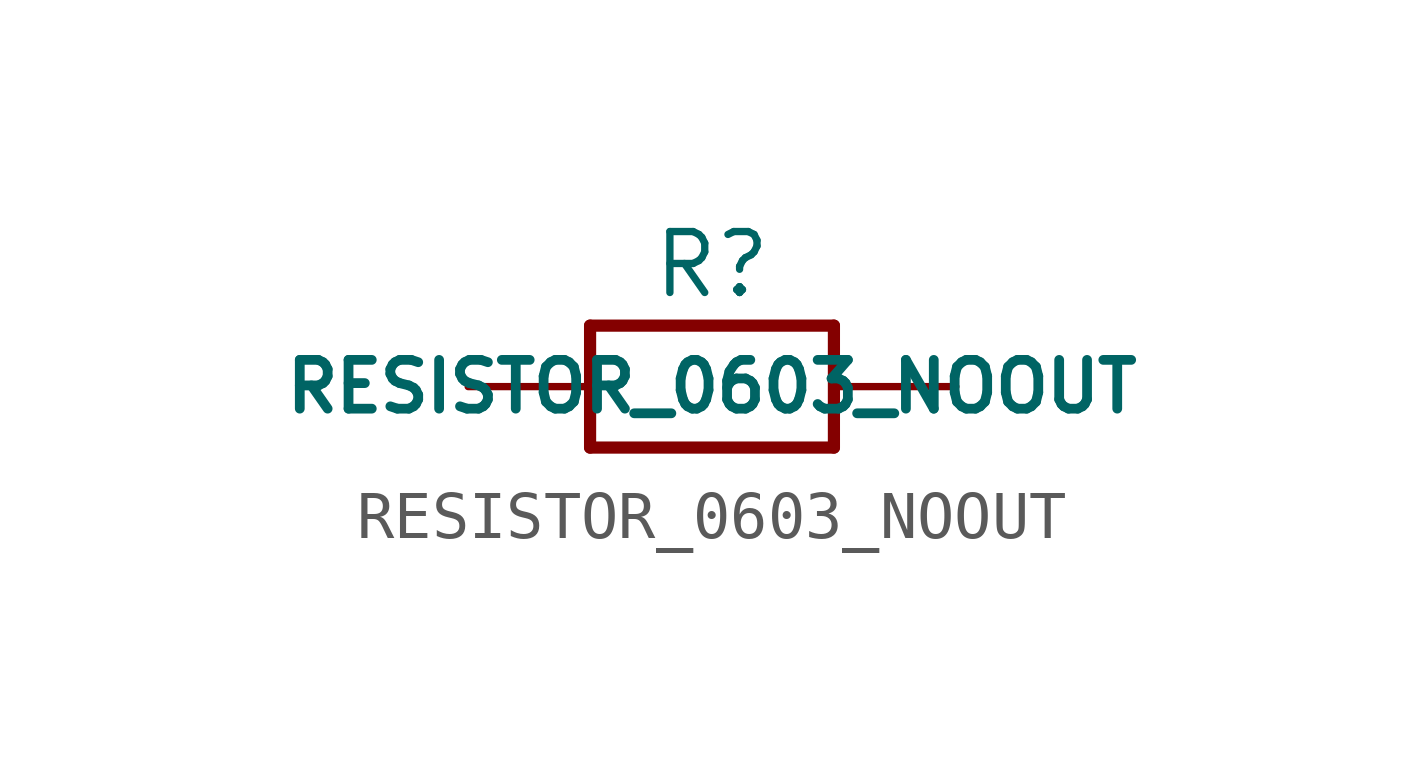
<source format=kicad_sym>
(kicad_symbol_lib
  (version 20201005)
  (generator kicad_symbol_editor)
  (symbol "RESISTOR_0603_NOOUT"
    (property "Reference" "R"
      (at 0 2.54 0)
      (effects (font (size 1.27 1.27))))
    (property "Value" "RESISTOR_0603_NOOUT"
      (at 0 0 0)
      (effects (font (size 1.016 1.016) bold)))
    (property "ki_locked" ""
      (at 0 0 0)
      (effects (font (size 1.27 1.27))))
    (symbol "RESISTOR_0603_NOOUT_1_0"
      (polyline (pts (xy -2.54 -1.27) (xy -2.54 1.27)) (stroke (width 0.254)) (fill (type none)))
      (polyline (pts (xy -2.54 1.27) (xy 2.54 1.27)) (stroke (width 0.254)) (fill (type none)))
      (polyline (pts (xy 2.54 -1.27) (xy -2.54 -1.27)) (stroke (width 0.254)) (fill (type none)))
      (polyline (pts (xy 2.54 1.27) (xy 2.54 -1.27)) (stroke (width 0.254)) (fill (type none)))
      (pin passive line (at -5.08 0 0) (length 2.54) (name "1" (effects (font (size 0 0)))) (number "1" (effects (font (size 0 0)))))
      (pin passive line (at 5.08 0 180) (length 2.54) (name "2" (effects (font (size 0 0)))) (number "2" (effects (font (size 0 0))))))))
</source>
